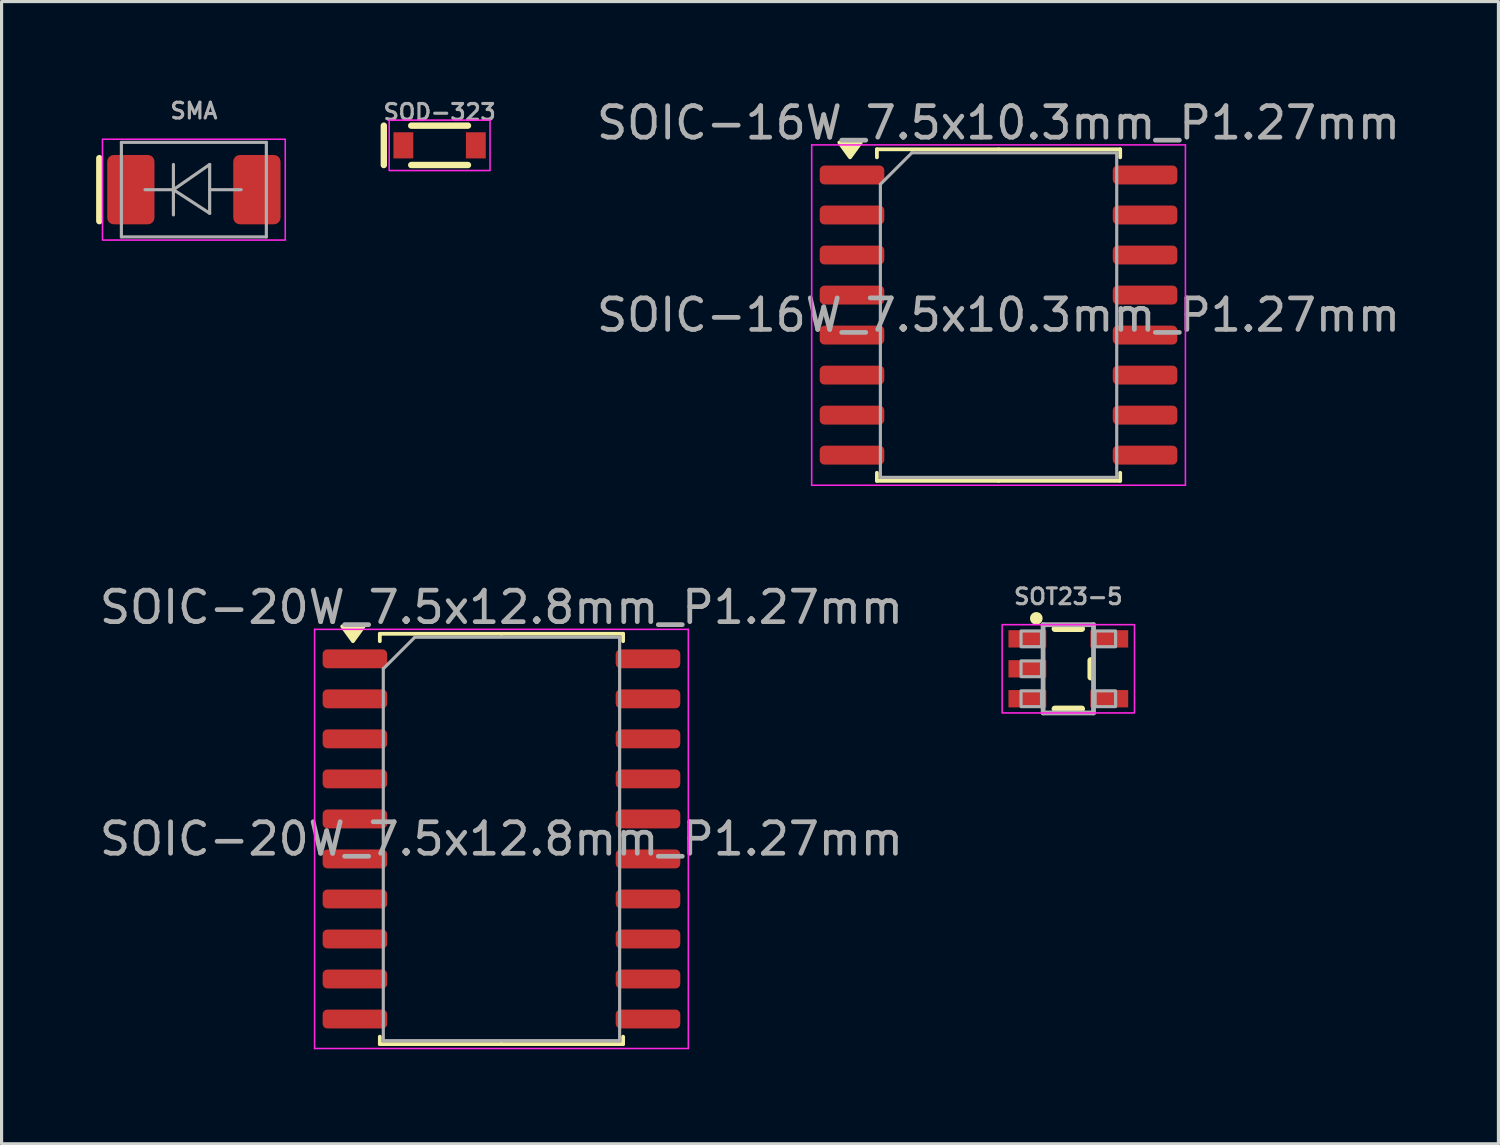
<source format=kicad_pcb>
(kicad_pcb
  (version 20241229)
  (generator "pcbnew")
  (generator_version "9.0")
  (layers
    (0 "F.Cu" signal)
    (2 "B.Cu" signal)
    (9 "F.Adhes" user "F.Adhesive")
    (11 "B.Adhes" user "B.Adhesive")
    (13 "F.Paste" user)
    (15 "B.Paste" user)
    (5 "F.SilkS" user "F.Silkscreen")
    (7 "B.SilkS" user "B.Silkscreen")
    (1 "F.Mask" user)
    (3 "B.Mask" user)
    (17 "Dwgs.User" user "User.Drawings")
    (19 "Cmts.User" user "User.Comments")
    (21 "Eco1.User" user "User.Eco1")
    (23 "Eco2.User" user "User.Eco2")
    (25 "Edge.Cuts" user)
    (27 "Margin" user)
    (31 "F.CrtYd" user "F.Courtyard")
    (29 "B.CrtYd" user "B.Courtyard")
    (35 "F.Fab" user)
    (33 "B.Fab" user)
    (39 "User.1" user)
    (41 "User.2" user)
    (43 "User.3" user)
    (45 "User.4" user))
  (footprint "SOIC-16W_7.5x10.3mm_P1.27mm"
    (layer "F.Cu")
    (at 28.637 6.948)
    (property "Reference" "SOIC-16W_7.5x10.3mm_P1.27mm" (at 0 -6.1 0) (layer "F.Fab") (effects (font (size 1 1) (thickness 0.15))))
    (attr smd)
    (fp_line (start -3.86 -5.26) (end -3.86 -5.005) (stroke (width 0.12) (type solid)) (layer "F.SilkS"))
    (fp_line (start -3.86 5.26) (end -3.86 5.005) (stroke (width 0.12) (type solid)) (layer "F.SilkS"))
    (fp_line (start 0 -5.26) (end -3.86 -5.26) (stroke (width 0.12) (type solid)) (layer "F.SilkS"))
    (fp_line (start 0 -5.26) (end 3.86 -5.26) (stroke (width 0.12) (type solid)) (layer "F.SilkS"))
    (fp_line (start 0 5.26) (end -3.86 5.26) (stroke (width 0.12) (type solid)) (layer "F.SilkS"))
    (fp_line (start 0 5.26) (end 3.86 5.26) (stroke (width 0.12) (type solid)) (layer "F.SilkS"))
    (fp_line (start 3.86 -5.26) (end 3.86 -5.005) (stroke (width 0.12) (type solid)) (layer "F.SilkS"))
    (fp_line (start 3.86 5.26) (end 3.86 5.005) (stroke (width 0.12) (type solid)) (layer "F.SilkS"))
    (fp_poly (pts (xy -4.713 -5.005) (xy -5.053 -5.475) (xy -4.372 -5.475) (xy -4.713 -5.005)) (stroke (width 0.12) (type solid)) (fill yes) (layer "F.SilkS"))
    (fp_line (start -5.93 -5.4) (end -5.93 5.4) (stroke (width 0.05) (type solid)) (layer "F.CrtYd"))
    (fp_line (start -5.93 5.4) (end 5.93 5.4) (stroke (width 0.05) (type solid)) (layer "F.CrtYd"))
    (fp_line (start 5.93 -5.4) (end -5.93 -5.4) (stroke (width 0.05) (type solid)) (layer "F.CrtYd"))
    (fp_line (start 5.93 5.4) (end 5.93 -5.4) (stroke (width 0.05) (type solid)) (layer "F.CrtYd"))
    (fp_line (start -3.75 -4.15) (end -2.75 -5.15) (stroke (width 0.1) (type solid)) (layer "F.Fab"))
    (fp_line (start -3.75 5.15) (end -3.75 -4.15) (stroke (width 0.1) (type solid)) (layer "F.Fab"))
    (fp_line (start -2.75 -5.15) (end 3.75 -5.15) (stroke (width 0.1) (type solid)) (layer "F.Fab"))
    (fp_line (start 3.75 -5.15) (end 3.75 5.15) (stroke (width 0.1) (type solid)) (layer "F.Fab"))
    (fp_line (start 3.75 5.15) (end -3.75 5.15) (stroke (width 0.1) (type solid)) (layer "F.Fab"))
    (fp_text user "${REFERENCE}" (at 0 0 0) (layer "F.Fab") (effects (font (size 1 1) (thickness 0.15))))
    (pad "1" smd roundrect (at -4.65 -4.445) (size 2.05 0.6) (layers "F.Cu" "F.Mask" "F.Paste") (roundrect_rratio 0.25))
    (pad "2" smd roundrect (at -4.65 -3.175) (size 2.05 0.6) (layers "F.Cu" "F.Mask" "F.Paste") (roundrect_rratio 0.25))
    (pad "3" smd roundrect (at -4.65 -1.905) (size 2.05 0.6) (layers "F.Cu" "F.Mask" "F.Paste") (roundrect_rratio 0.25))
    (pad "4" smd roundrect (at -4.65 -0.635) (size 2.05 0.6) (layers "F.Cu" "F.Mask" "F.Paste") (roundrect_rratio 0.25))
    (pad "5" smd roundrect (at -4.65 0.635) (size 2.05 0.6) (layers "F.Cu" "F.Mask" "F.Paste") (roundrect_rratio 0.25))
    (pad "6" smd roundrect (at -4.65 1.905) (size 2.05 0.6) (layers "F.Cu" "F.Mask" "F.Paste") (roundrect_rratio 0.25))
    (pad "7" smd roundrect (at -4.65 3.175) (size 2.05 0.6) (layers "F.Cu" "F.Mask" "F.Paste") (roundrect_rratio 0.25))
    (pad "8" smd roundrect (at -4.65 4.445) (size 2.05 0.6) (layers "F.Cu" "F.Mask" "F.Paste") (roundrect_rratio 0.25))
    (pad "9" smd roundrect (at 4.65 4.445) (size 2.05 0.6) (layers "F.Cu" "F.Mask" "F.Paste") (roundrect_rratio 0.25))
    (pad "10" smd roundrect (at 4.65 3.175) (size 2.05 0.6) (layers "F.Cu" "F.Mask" "F.Paste") (roundrect_rratio 0.25))
    (pad "11" smd roundrect (at 4.65 1.905) (size 2.05 0.6) (layers "F.Cu" "F.Mask" "F.Paste") (roundrect_rratio 0.25))
    (pad "12" smd roundrect (at 4.65 0.635) (size 2.05 0.6) (layers "F.Cu" "F.Mask" "F.Paste") (roundrect_rratio 0.25))
    (pad "13" smd roundrect (at 4.65 -0.635) (size 2.05 0.6) (layers "F.Cu" "F.Mask" "F.Paste") (roundrect_rratio 0.25))
    (pad "14" smd roundrect (at 4.65 -1.905) (size 2.05 0.6) (layers "F.Cu" "F.Mask" "F.Paste") (roundrect_rratio 0.25))
    (pad "15" smd roundrect (at 4.65 -3.175) (size 2.05 0.6) (layers "F.Cu" "F.Mask" "F.Paste") (roundrect_rratio 0.25))
    (pad "16" smd roundrect (at 4.65 -4.445) (size 2.05 0.6) (layers "F.Cu" "F.Mask" "F.Paste") (roundrect_rratio 0.25)))
  (footprint "SOT23-5"
    (layer "F.Cu")
    (at 30.851 18.173)
    (property "Reference" "SOT23-5" (at 0 -2 0) (layer "F.Fab") (effects (font (size 0.5 0.5) (thickness 0.1) (bold yes)) (justify bottom)))
    (attr smd)
    (fp_line (start -0.429 -1.27) (end 0.429 -1.27) (stroke (width 0.203) (type solid)) (layer "F.SilkS"))
    (fp_line (start 0.429 1.27) (end -0.429 1.27) (stroke (width 0.203) (type solid)) (layer "F.SilkS"))
    (fp_line (start 0.709 -0.268) (end 0.709 0.268) (stroke (width 0.203) (type solid)) (layer "F.SilkS"))
    (fp_circle (center -1.016 -1.6) (end -1.016 -1.5) (stroke (width 0.2) (type solid)) (fill yes) (layer "F.SilkS"))
    (fp_rect (start 2.1 -1.4) (end -2.1 1.4) (stroke (width 0.05) (type default)) (fill no) (layer "F.CrtYd"))
    (fp_line (start -0.8 1.4) (end -0.8 -1.4) (stroke (width 0.152) (type solid)) (layer "F.Fab"))
    (fp_line (start 0.8 -1.4) (end -0.8 -1.4) (stroke (width 0.152) (type solid)) (layer "F.Fab"))
    (fp_line (start 0.8 -1.4) (end 0.8 1.4) (stroke (width 0.152) (type solid)) (layer "F.Fab"))
    (fp_line (start 0.8 1.4) (end -0.8 1.4) (stroke (width 0.152) (type solid)) (layer "F.Fab"))
    (fp_poly (pts (xy -1.5 -1.2) (xy -1.5 -0.7) (xy -0.85 -0.7) (xy -0.85 -1.2)) (stroke (width 0.1) (type default)) (fill no) (layer "F.Fab"))
    (fp_poly (pts (xy -1.5 -0.25) (xy -1.5 0.25) (xy -0.85 0.25) (xy -0.85 -0.25)) (stroke (width 0.1) (type default)) (fill no) (layer "F.Fab"))
    (fp_poly (pts (xy -1.5 0.7) (xy -1.5 1.2) (xy -0.85 1.2) (xy -0.85 0.7)) (stroke (width 0.1) (type default)) (fill no) (layer "F.Fab"))
    (fp_poly (pts (xy 0.85 -1.2) (xy 0.85 -0.7) (xy 1.5 -0.7) (xy 1.5 -1.2)) (stroke (width 0.1) (type default)) (fill no) (layer "F.Fab"))
    (fp_poly (pts (xy 0.85 0.7) (xy 0.85 1.2) (xy 1.5 1.2) (xy 1.5 0.7)) (stroke (width 0.1) (type default)) (fill no) (layer "F.Fab"))
    (pad "1" smd rect (at -1.3 -0.95 270) (size 0.55 1.2) (layers "F.Cu" "F.Mask" "F.Paste"))
    (pad "2" smd rect (at -1.3 0 270) (size 0.55 1.2) (layers "F.Cu" "F.Mask" "F.Paste"))
    (pad "3" smd rect (at -1.3 0.95 270) (size 0.55 1.2) (layers "F.Cu" "F.Mask" "F.Paste"))
    (pad "4" smd rect (at 1.3 0.95 270) (size 0.55 1.2) (layers "F.Cu" "F.Mask" "F.Paste"))
    (pad "5" smd rect (at 1.3 -0.95 270) (size 0.55 1.2) (layers "F.Cu" "F.Mask" "F.Paste")))
  (footprint "SOIC-20W_7.5x12.8mm_P1.27mm"
    (layer "F.Cu")
    (at 12.863 23.572)
    (property "Reference" "SOIC-20W_7.5x12.8mm_P1.27mm" (at 0 -7.35 0) (layer "F.Fab") (effects (font (size 1 1) (thickness 0.15))))
    (attr smd)
    (fp_line (start -3.86 -6.51) (end -3.86 -6.275) (stroke (width 0.12) (type solid)) (layer "F.SilkS"))
    (fp_line (start -3.86 6.51) (end -3.86 6.275) (stroke (width 0.12) (type solid)) (layer "F.SilkS"))
    (fp_line (start 0 -6.51) (end -3.86 -6.51) (stroke (width 0.12) (type solid)) (layer "F.SilkS"))
    (fp_line (start 0 -6.51) (end 3.86 -6.51) (stroke (width 0.12) (type solid)) (layer "F.SilkS"))
    (fp_line (start 0 6.51) (end -3.86 6.51) (stroke (width 0.12) (type solid)) (layer "F.SilkS"))
    (fp_line (start 0 6.51) (end 3.86 6.51) (stroke (width 0.12) (type solid)) (layer "F.SilkS"))
    (fp_line (start 3.86 -6.51) (end 3.86 -6.275) (stroke (width 0.12) (type solid)) (layer "F.SilkS"))
    (fp_line (start 3.86 6.51) (end 3.86 6.275) (stroke (width 0.12) (type solid)) (layer "F.SilkS"))
    (fp_poly (pts (xy -4.713 -6.275) (xy -5.053 -6.745) (xy -4.372 -6.745) (xy -4.713 -6.275)) (stroke (width 0.12) (type solid)) (fill yes) (layer "F.SilkS"))
    (fp_line (start -5.93 -6.65) (end -5.93 6.65) (stroke (width 0.05) (type solid)) (layer "F.CrtYd"))
    (fp_line (start -5.93 6.65) (end 5.93 6.65) (stroke (width 0.05) (type solid)) (layer "F.CrtYd"))
    (fp_line (start 5.93 -6.65) (end -5.93 -6.65) (stroke (width 0.05) (type solid)) (layer "F.CrtYd"))
    (fp_line (start 5.93 6.65) (end 5.93 -6.65) (stroke (width 0.05) (type solid)) (layer "F.CrtYd"))
    (fp_line (start -3.75 -5.4) (end -2.75 -6.4) (stroke (width 0.1) (type solid)) (layer "F.Fab"))
    (fp_line (start -3.75 6.4) (end -3.75 -5.4) (stroke (width 0.1) (type solid)) (layer "F.Fab"))
    (fp_line (start -2.75 -6.4) (end 3.75 -6.4) (stroke (width 0.1) (type solid)) (layer "F.Fab"))
    (fp_line (start 3.75 -6.4) (end 3.75 6.4) (stroke (width 0.1) (type solid)) (layer "F.Fab"))
    (fp_line (start 3.75 6.4) (end -3.75 6.4) (stroke (width 0.1) (type solid)) (layer "F.Fab"))
    (fp_text user "${REFERENCE}" (at 0 0 0) (layer "F.Fab") (effects (font (size 1 1) (thickness 0.15))))
    (pad "1" smd roundrect (at -4.65 -5.715) (size 2.05 0.6) (layers "F.Cu" "F.Mask" "F.Paste") (roundrect_rratio 0.25))
    (pad "2" smd roundrect (at -4.65 -4.445) (size 2.05 0.6) (layers "F.Cu" "F.Mask" "F.Paste") (roundrect_rratio 0.25))
    (pad "3" smd roundrect (at -4.65 -3.175) (size 2.05 0.6) (layers "F.Cu" "F.Mask" "F.Paste") (roundrect_rratio 0.25))
    (pad "4" smd roundrect (at -4.65 -1.905) (size 2.05 0.6) (layers "F.Cu" "F.Mask" "F.Paste") (roundrect_rratio 0.25))
    (pad "5" smd roundrect (at -4.65 -0.635) (size 2.05 0.6) (layers "F.Cu" "F.Mask" "F.Paste") (roundrect_rratio 0.25))
    (pad "6" smd roundrect (at -4.65 0.635) (size 2.05 0.6) (layers "F.Cu" "F.Mask" "F.Paste") (roundrect_rratio 0.25))
    (pad "7" smd roundrect (at -4.65 1.905) (size 2.05 0.6) (layers "F.Cu" "F.Mask" "F.Paste") (roundrect_rratio 0.25))
    (pad "8" smd roundrect (at -4.65 3.175) (size 2.05 0.6) (layers "F.Cu" "F.Mask" "F.Paste") (roundrect_rratio 0.25))
    (pad "9" smd roundrect (at -4.65 4.445) (size 2.05 0.6) (layers "F.Cu" "F.Mask" "F.Paste") (roundrect_rratio 0.25))
    (pad "10" smd roundrect (at -4.65 5.715) (size 2.05 0.6) (layers "F.Cu" "F.Mask" "F.Paste") (roundrect_rratio 0.25))
    (pad "11" smd roundrect (at 4.65 5.715) (size 2.05 0.6) (layers "F.Cu" "F.Mask" "F.Paste") (roundrect_rratio 0.25))
    (pad "12" smd roundrect (at 4.65 4.445) (size 2.05 0.6) (layers "F.Cu" "F.Mask" "F.Paste") (roundrect_rratio 0.25))
    (pad "13" smd roundrect (at 4.65 3.175) (size 2.05 0.6) (layers "F.Cu" "F.Mask" "F.Paste") (roundrect_rratio 0.25))
    (pad "14" smd roundrect (at 4.65 1.905) (size 2.05 0.6) (layers "F.Cu" "F.Mask" "F.Paste") (roundrect_rratio 0.25))
    (pad "15" smd roundrect (at 4.65 0.635) (size 2.05 0.6) (layers "F.Cu" "F.Mask" "F.Paste") (roundrect_rratio 0.25))
    (pad "16" smd roundrect (at 4.65 -0.635) (size 2.05 0.6) (layers "F.Cu" "F.Mask" "F.Paste") (roundrect_rratio 0.25))
    (pad "17" smd roundrect (at 4.65 -1.905) (size 2.05 0.6) (layers "F.Cu" "F.Mask" "F.Paste") (roundrect_rratio 0.25))
    (pad "18" smd roundrect (at 4.65 -3.175) (size 2.05 0.6) (layers "F.Cu" "F.Mask" "F.Paste") (roundrect_rratio 0.25))
    (pad "19" smd roundrect (at 4.65 -4.445) (size 2.05 0.6) (layers "F.Cu" "F.Mask" "F.Paste") (roundrect_rratio 0.25))
    (pad "20" smd roundrect (at 4.65 -5.715) (size 2.05 0.6) (layers "F.Cu" "F.Mask" "F.Paste") (roundrect_rratio 0.25)))
  (footprint "SOD-323"
    (layer "F.Cu")
    (at 10.9 1.562)
    (property "Reference" "SOD-323" (at 0 -0.762 0) (layer "F.Fab") (effects (font (size 0.5 0.5) (thickness 0.1) (bold yes)) (justify bottom)))
    (attr smd)
    (fp_line (start -1.77 -0.625) (end -1.77 0.625) (stroke (width 0.203) (type solid)) (layer "F.SilkS"))
    (fp_line (start -0.9 -0.625) (end 0.9 -0.625) (stroke (width 0.203) (type solid)) (layer "F.SilkS"))
    (fp_line (start -0.9 0.625) (end 0.9 0.625) (stroke (width 0.203) (type solid)) (layer "F.SilkS"))
    (fp_rect (start -1.6 -0.8) (end 1.6 0.8) (stroke (width 0.05) (type default)) (fill no) (layer "F.CrtYd"))
    (pad "1" smd rect (at -1.15 0) (size 0.63 0.83) (layers "F.Cu" "F.Mask" "F.Paste"))
    (pad "2" smd rect (at 1.15 0) (size 0.63 0.83) (layers "F.Cu" "F.Mask" "F.Paste")))
  (footprint "SMA"
    (layer "F.Cu")
    (at 3.102 2.968)
    (property "Reference" "SMA" (at 0 -2.5 0) (layer "F.Fab") (effects (font (size 0.5 0.5) (thickness 0.1))))
    (attr smd)
    (fp_line (start -3 -1) (end -3 1) (stroke (width 0.203) (type solid)) (layer "F.SilkS"))
    (fp_rect (start -2.9 -1.6) (end 2.9 1.6) (stroke (width 0.05) (type default)) (fill no) (layer "F.CrtYd"))
    (fp_line (start -2.3 1.5) (end -2.3 -1.5) (stroke (width 0.1) (type solid)) (layer "F.Fab"))
    (fp_line (start -0.649 -0.799) (end -0.649 0.801) (stroke (width 0.1) (type solid)) (layer "F.Fab"))
    (fp_line (start -0.649 0.001) (end -1.551 0.001) (stroke (width 0.1) (type solid)) (layer "F.Fab"))
    (fp_line (start -0.649 0.001) (end 0.501 -0.799) (stroke (width 0.1) (type solid)) (layer "F.Fab"))
    (fp_line (start -0.649 0.001) (end 0.501 0.75) (stroke (width 0.1) (type solid)) (layer "F.Fab"))
    (fp_line (start 0.501 0.001) (end 1.499 0.001) (stroke (width 0.1) (type solid)) (layer "F.Fab"))
    (fp_line (start 0.501 0.75) (end 0.501 -0.799) (stroke (width 0.1) (type solid)) (layer "F.Fab"))
    (fp_line (start 2.3 -1.5) (end -2.3 -1.5) (stroke (width 0.1) (type solid)) (layer "F.Fab"))
    (fp_line (start 2.3 -1.5) (end 2.3 1.5) (stroke (width 0.1) (type solid)) (layer "F.Fab"))
    (fp_line (start 2.3 1.5) (end -2.3 1.5) (stroke (width 0.1) (type solid)) (layer "F.Fab"))
    (pad "A" smd roundrect (at 2 0) (size 1.5 2.2) (layers "F.Cu" "F.Mask" "F.Paste") (roundrect_rratio 0.139))
    (pad "C" smd roundrect (at -2 0) (size 1.5 2.2) (layers "F.Cu" "F.Mask" "F.Paste") (roundrect_rratio 0.139)))
  (gr_rect
    (start -3 -3)
    (end 44.5 33.246)
    (stroke (width 0.1) (type default))
    (fill no)
    (layer "Edge.Cuts")))
</source>
